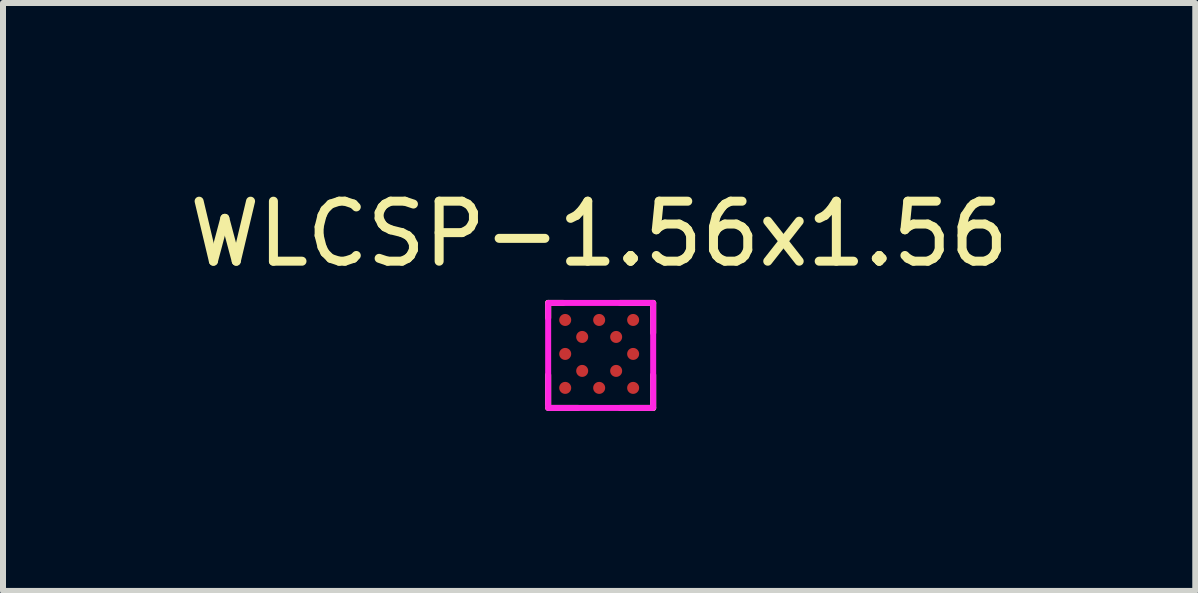
<source format=kicad_pcb>
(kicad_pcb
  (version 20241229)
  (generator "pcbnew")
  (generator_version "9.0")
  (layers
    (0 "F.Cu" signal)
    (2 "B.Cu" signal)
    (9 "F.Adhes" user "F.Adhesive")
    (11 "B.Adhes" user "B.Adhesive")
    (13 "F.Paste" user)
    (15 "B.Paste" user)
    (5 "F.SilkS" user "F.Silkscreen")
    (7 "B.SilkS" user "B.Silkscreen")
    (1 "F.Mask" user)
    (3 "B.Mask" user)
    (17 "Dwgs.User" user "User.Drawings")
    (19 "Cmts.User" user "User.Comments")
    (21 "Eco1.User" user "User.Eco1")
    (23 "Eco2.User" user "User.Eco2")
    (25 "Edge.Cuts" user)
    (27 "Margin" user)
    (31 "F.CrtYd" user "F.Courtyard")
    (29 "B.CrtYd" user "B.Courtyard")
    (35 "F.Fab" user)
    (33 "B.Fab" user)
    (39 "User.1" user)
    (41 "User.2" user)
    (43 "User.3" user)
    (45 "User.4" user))
  (footprint "WLCSP-1.56x1.56"
    (layer "F.Cu")
    (at 6.935 2.848)
    (property "Reference" "WLCSP-1.56x1.56" (at 0 -2 0) (layer "F.SilkS") (effects (font (size 1 1) (thickness 0.15))))
    (attr smd)
    (fp_line (start -0.85 -0.85) (end -0.85 -0.6) (stroke (width 0.1) (type solid)) (layer "F.SilkS"))
    (fp_line (start -0.85 -0.85) (end -0.6 -0.85) (stroke (width 0.1) (type solid)) (layer "F.SilkS"))
    (fp_line (start -0.85 0.85) (end -0.85 0.35) (stroke (width 0.1) (type solid)) (layer "F.SilkS"))
    (fp_line (start -0.85 0.9) (end -0.35 0.9) (stroke (width 0.1) (type solid)) (layer "F.SilkS"))
    (fp_line (start 0.9 -0.85) (end 0.35 -0.85) (stroke (width 0.1) (type solid)) (layer "F.SilkS"))
    (fp_line (start 0.9 -0.85) (end 0.9 -0.35) (stroke (width 0.1) (type solid)) (layer "F.SilkS"))
    (fp_line (start 0.9 0.9) (end 0.35 0.9) (stroke (width 0.1) (type solid)) (layer "F.SilkS"))
    (fp_line (start 0.9 0.9) (end 0.9 0.35) (stroke (width 0.1) (type solid)) (layer "F.SilkS"))
    (fp_rect (start -0.85 -0.85) (end 0.9 0.9) (stroke (width 0.1) (type solid)) (fill no) (layer "F.CrtYd"))
    (pad "A1" smd circle (at -0.566 -0.566) (size 0.2 0.2) (property pad_prop_bga) (layers "F.Cu" "F.Mask" "F.Paste"))
    (pad "A3" smd circle (at 0 -0.566) (size 0.2 0.2) (property pad_prop_bga) (layers "F.Cu" "F.Mask" "F.Paste"))
    (pad "A5" smd circle (at 0.566 -0.566) (size 0.2 0.2) (property pad_prop_bga) (layers "F.Cu" "F.Mask" "F.Paste"))
    (pad "B2" smd circle (at -0.283 -0.283) (size 0.2 0.2) (property pad_prop_bga) (layers "F.Cu" "F.Mask" "F.Paste"))
    (pad "B4" smd circle (at 0.283 -0.283) (size 0.2 0.2) (property pad_prop_bga) (layers "F.Cu" "F.Mask" "F.Paste"))
    (pad "C1" smd circle (at -0.566 0) (size 0.2 0.2) (property pad_prop_bga) (layers "F.Cu" "F.Mask" "F.Paste"))
    (pad "C5" smd circle (at 0.566 0) (size 0.2 0.2) (property pad_prop_bga) (layers "F.Cu" "F.Mask" "F.Paste"))
    (pad "D2" smd circle (at -0.283 0.283) (size 0.2 0.2) (property pad_prop_bga) (layers "F.Cu" "F.Mask" "F.Paste"))
    (pad "D4" smd circle (at 0.283 0.283) (size 0.2 0.2) (property pad_prop_bga) (layers "F.Cu" "F.Mask" "F.Paste"))
    (pad "E1" smd circle (at -0.566 0.566) (size 0.2 0.2) (property pad_prop_bga) (layers "F.Cu" "F.Mask" "F.Paste"))
    (pad "E3" smd circle (at 0 0.566) (size 0.2 0.2) (property pad_prop_bga) (layers "F.Cu" "F.Mask" "F.Paste"))
    (pad "E5" smd circle (at 0.566 0.566) (size 0.2 0.2) (property pad_prop_bga) (layers "F.Cu" "F.Mask" "F.Paste")))
  (gr_rect
    (start -3 -3)
    (end 16.869 6.798)
    (stroke (width 0.1) (type default))
    (fill no)
    (layer "Edge.Cuts")))
</source>
